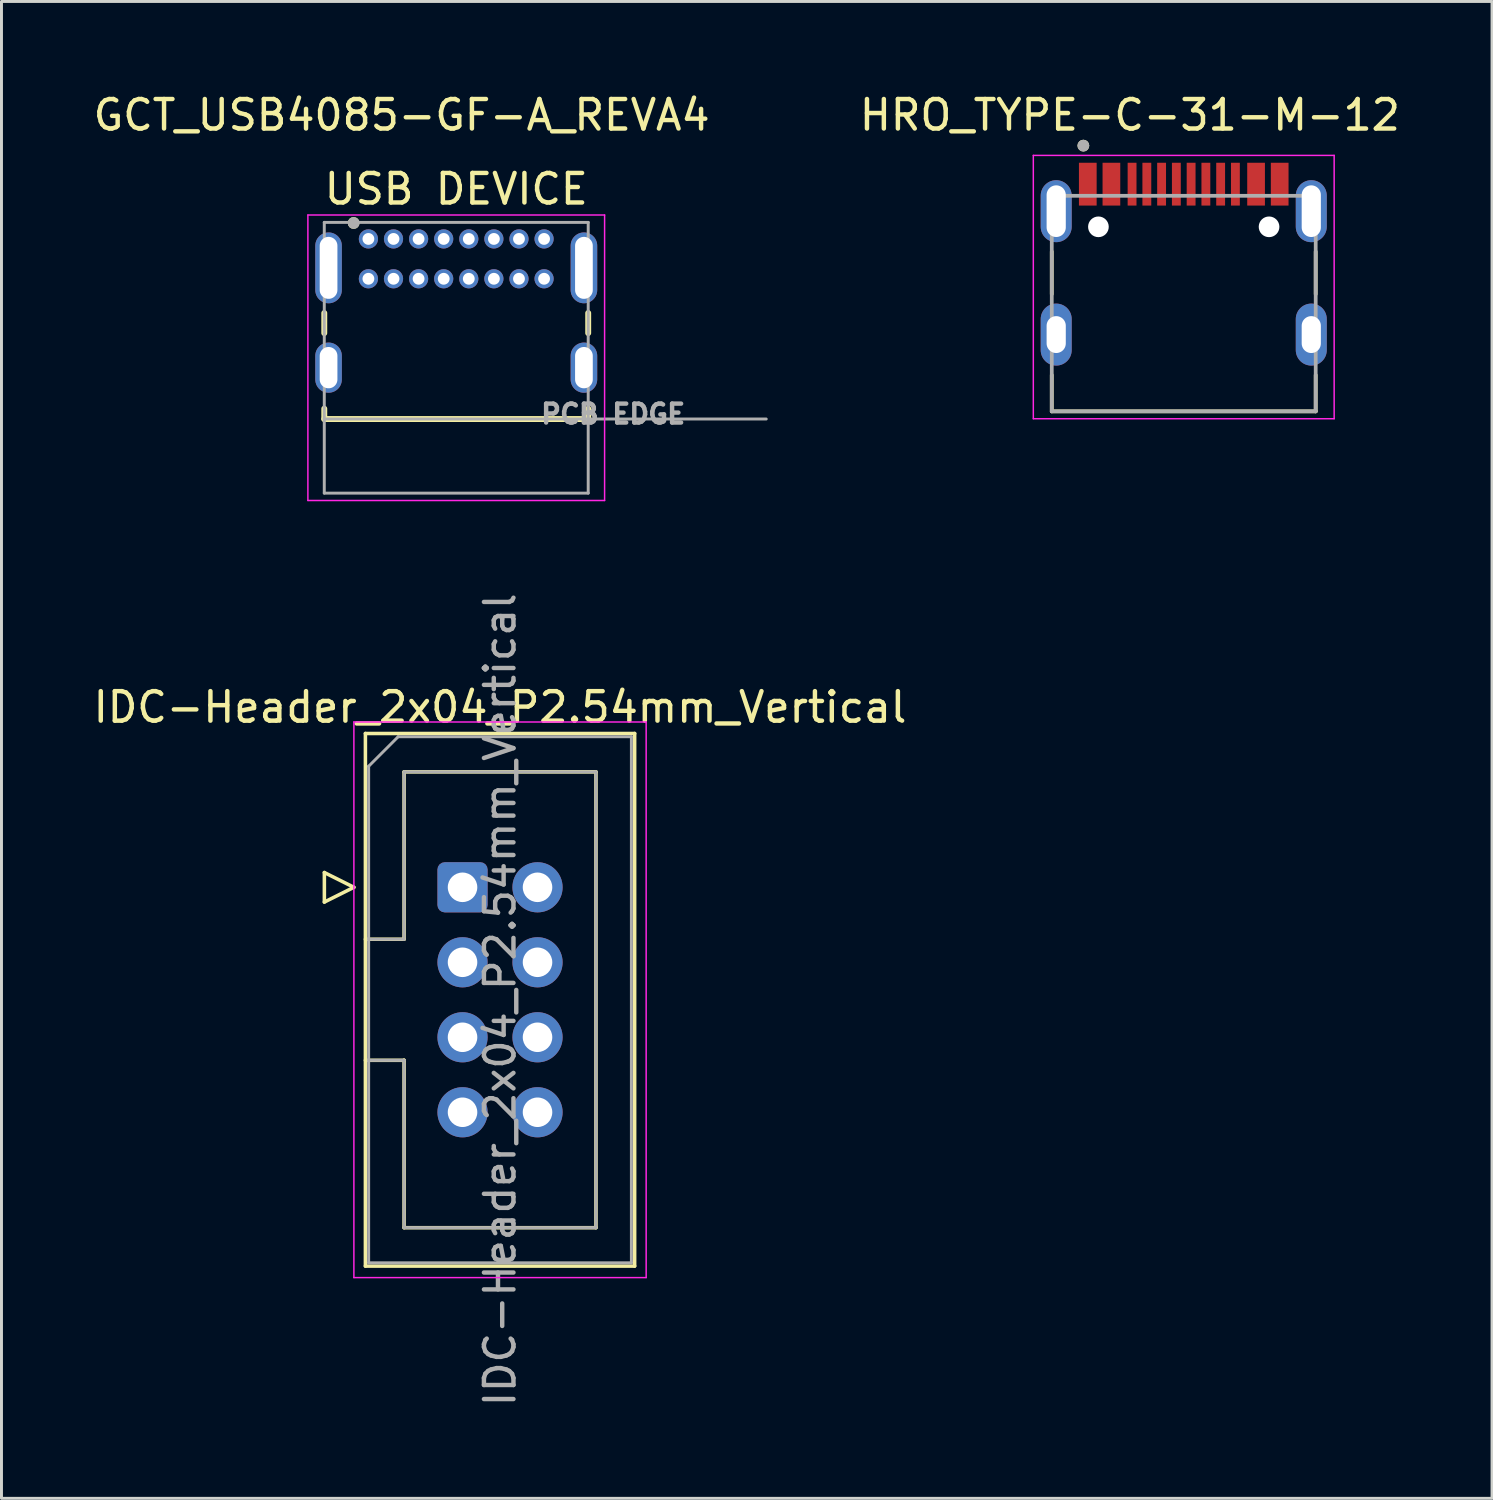
<source format=kicad_pcb>
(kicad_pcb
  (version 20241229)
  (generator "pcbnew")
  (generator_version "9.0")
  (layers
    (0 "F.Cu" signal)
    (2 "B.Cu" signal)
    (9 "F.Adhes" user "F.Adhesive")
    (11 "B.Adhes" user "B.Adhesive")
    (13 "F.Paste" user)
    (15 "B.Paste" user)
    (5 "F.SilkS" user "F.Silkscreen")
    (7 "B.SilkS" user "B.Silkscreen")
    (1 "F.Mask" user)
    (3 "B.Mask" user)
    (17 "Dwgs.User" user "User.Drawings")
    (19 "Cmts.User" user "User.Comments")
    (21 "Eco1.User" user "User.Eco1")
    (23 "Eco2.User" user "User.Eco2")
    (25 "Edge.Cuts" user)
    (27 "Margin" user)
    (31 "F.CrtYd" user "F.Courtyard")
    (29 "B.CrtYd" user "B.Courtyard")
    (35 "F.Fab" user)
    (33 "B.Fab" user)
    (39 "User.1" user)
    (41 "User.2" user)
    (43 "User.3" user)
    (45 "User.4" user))
  (footprint "HRO_TYPE-C-31-M-12"
    (layer "F.Cu")
    (at 37.046 8.283)
    (property "Reference" "HRO_TYPE-C-31-M-12" (at -1.825 -7.435 0) (layer "F.SilkS") (effects (font (size 1 1) (thickness 0.15))))
    (attr through_hole)
    (fp_line (start -4.47 -2.81) (end -4.47 -1.37) (stroke (width 0.127) (type solid)) (layer "F.SilkS"))
    (fp_line (start -4.47 2.6) (end -4.47 1.37) (stroke (width 0.127) (type solid)) (layer "F.SilkS"))
    (fp_line (start 4.47 -2.81) (end 4.47 -1.37) (stroke (width 0.127) (type solid)) (layer "F.SilkS"))
    (fp_line (start 4.47 1.37) (end 4.47 2.6) (stroke (width 0.127) (type solid)) (layer "F.SilkS"))
    (fp_line (start 4.47 2.6) (end -4.47 2.6) (stroke (width 0.127) (type solid)) (layer "F.SilkS"))
    (fp_circle (center -3.4 -6.4) (end -3.3 -6.4) (stroke (width 0.2) (type solid)) (fill no) (layer "F.SilkS"))
    (fp_line (start -5.095 -6.07) (end -5.095 2.85) (stroke (width 0.05) (type solid)) (layer "F.CrtYd"))
    (fp_line (start -5.095 2.85) (end 5.095 2.85) (stroke (width 0.05) (type solid)) (layer "F.CrtYd"))
    (fp_line (start 5.095 -6.07) (end -5.095 -6.07) (stroke (width 0.05) (type solid)) (layer "F.CrtYd"))
    (fp_line (start 5.095 2.85) (end 5.095 -6.07) (stroke (width 0.05) (type solid)) (layer "F.CrtYd"))
    (fp_line (start -4.47 -4.7) (end -4.47 2.6) (stroke (width 0.127) (type solid)) (layer "F.Fab"))
    (fp_line (start -4.47 2.6) (end 4.47 2.6) (stroke (width 0.127) (type solid)) (layer "F.Fab"))
    (fp_line (start 4.47 -4.7) (end -4.47 -4.7) (stroke (width 0.127) (type solid)) (layer "F.Fab"))
    (fp_line (start 4.47 2.6) (end 4.47 -4.7) (stroke (width 0.127) (type solid)) (layer "F.Fab"))
    (fp_circle (center -3.4 -6.4) (end -3.3 -6.4) (stroke (width 0.2) (type solid)) (fill no) (layer "F.Fab"))
    (pad "" np_thru_hole circle (at -2.89 -3.65) (size 0.7 0.7) (drill 0.7) (layers "*.Cu" "*.Mask"))
    (pad "" np_thru_hole circle (at 2.89 -3.65) (size 0.7 0.7) (drill 0.7) (layers "*.Cu" "*.Mask"))
    (pad "A1B12" smd rect (at -3.25 -5.095) (size 0.6 1.45) (layers "F.Cu" "F.Mask" "F.Paste"))
    (pad "A4B9" smd rect (at -2.45 -5.095) (size 0.6 1.45) (layers "F.Cu" "F.Mask" "F.Paste"))
    (pad "A5" smd rect (at -1.25 -5.095) (size 0.3 1.45) (layers "F.Cu" "F.Mask" "F.Paste"))
    (pad "A6" smd rect (at -0.25 -5.095) (size 0.3 1.45) (layers "F.Cu" "F.Mask" "F.Paste"))
    (pad "A7" smd rect (at 0.25 -5.095) (size 0.3 1.45) (layers "F.Cu" "F.Mask" "F.Paste"))
    (pad "A8" smd rect (at 1.25 -5.095) (size 0.3 1.45) (layers "F.Cu" "F.Mask" "F.Paste"))
    (pad "B1A12" smd rect (at 3.25 -5.095) (size 0.6 1.45) (layers "F.Cu" "F.Mask" "F.Paste"))
    (pad "B4A9" smd rect (at 2.45 -5.095) (size 0.6 1.45) (layers "F.Cu" "F.Mask" "F.Paste"))
    (pad "B5" smd rect (at 1.75 -5.095) (size 0.3 1.45) (layers "F.Cu" "F.Mask" "F.Paste"))
    (pad "B6" smd rect (at 0.75 -5.095) (size 0.3 1.45) (layers "F.Cu" "F.Mask" "F.Paste"))
    (pad "B7" smd rect (at -0.75 -5.095) (size 0.3 1.45) (layers "F.Cu" "F.Mask" "F.Paste"))
    (pad "B8" smd rect (at -1.75 -5.095) (size 0.3 1.45) (layers "F.Cu" "F.Mask" "F.Paste"))
    (pad "S1" thru_hole oval (at -4.32 -4.18) (size 1.05 2.1) (drill oval 0.65 1.75) (layers "*.Cu" "*.Mask"))
    (pad "S2" thru_hole oval (at 4.32 -4.18) (size 1.05 2.1) (drill oval 0.65 1.75) (layers "*.Cu" "*.Mask"))
    (pad "S3" thru_hole oval (at -4.32 0) (size 1.05 2.1) (drill oval 0.65 1.25) (layers "*.Cu" "*.Mask"))
    (pad "S4" thru_hole oval (at 4.32 0) (size 1.05 2.1) (drill oval 0.65 1.25) (layers "*.Cu" "*.Mask")))
  (footprint "GCT_USB4085-GF-A_REVA4"
    (layer "F.Cu")
    (at 12.404 9.403)
    (property "Reference" "GCT_USB4085-GF-A_REVA4" (at -1.85 -8.555 0) (layer "F.SilkS") (effects (font (size 1 1) (thickness 0.15))))
    (property "Label" "USB DEVICE" (at 0 0 0) (layer "F.Fab") (hide yes) (effects (font (size 1.27 1.27) (thickness 0.15))))
    (attr through_hole)
    (fp_line (start -4.47 -1.85) (end -4.47 -1.17) (stroke (width 0.2) (type solid)) (layer "F.SilkS"))
    (fp_line (start -4.47 1.39) (end -4.47 1.74) (stroke (width 0.2) (type solid)) (layer "F.SilkS"))
    (fp_line (start -4.47 1.74) (end 4.47 1.74) (stroke (width 0.2) (type solid)) (layer "F.SilkS"))
    (fp_line (start 4.47 -1.85) (end 4.47 -1.17) (stroke (width 0.2) (type solid)) (layer "F.SilkS"))
    (fp_line (start 4.47 1.74) (end 4.47 1.39) (stroke (width 0.2) (type solid)) (layer "F.SilkS"))
    (fp_circle (center -3.475 -4.9) (end -3.375 -4.9) (stroke (width 0.2) (type solid)) (fill no) (layer "F.SilkS"))
    (fp_line (start -5.025 -5.17) (end 5.025 -5.17) (stroke (width 0.05) (type solid)) (layer "F.CrtYd"))
    (fp_line (start -5.025 4.5) (end -5.025 -5.17) (stroke (width 0.05) (type solid)) (layer "F.CrtYd"))
    (fp_line (start 5.025 -5.17) (end 5.025 4.5) (stroke (width 0.05) (type solid)) (layer "F.CrtYd"))
    (fp_line (start 5.025 4.5) (end -5.025 4.5) (stroke (width 0.05) (type solid)) (layer "F.CrtYd"))
    (fp_line (start -4.47 -4.92) (end 4.47 -4.92) (stroke (width 0.1) (type solid)) (layer "F.Fab"))
    (fp_line (start -4.47 1.74) (end -4.47 -4.92) (stroke (width 0.1) (type solid)) (layer "F.Fab"))
    (fp_line (start -4.47 1.74) (end 10.5 1.74) (stroke (width 0.1) (type solid)) (layer "F.Fab"))
    (fp_line (start -4.47 4.25) (end -4.47 1.74) (stroke (width 0.1) (type solid)) (layer "F.Fab"))
    (fp_line (start 4.47 -4.92) (end 4.47 4.25) (stroke (width 0.1) (type solid)) (layer "F.Fab"))
    (fp_line (start 4.47 4.25) (end -4.47 4.25) (stroke (width 0.1) (type solid)) (layer "F.Fab"))
    (fp_circle (center -3.475 -4.9) (end -3.375 -4.9) (stroke (width 0.2) (type solid)) (fill no) (layer "F.Fab"))
    (fp_text user "${Label}" (at 0 -6.05 0) (layer "F.SilkS") (effects (font (size 1 1) (thickness 0.15))))
    (fp_text user "PCB EDGE" (at 5.315 1.57 0) (layer "F.Fab") (effects (font (size 0.64 0.64) (thickness 0.15))))
    (pad "A1" thru_hole circle (at -2.975 -4.36) (size 0.65 0.65) (drill 0.4) (layers "*.Cu" "*.Mask"))
    (pad "A4" thru_hole circle (at -2.125 -4.36) (size 0.65 0.65) (drill 0.4) (layers "*.Cu" "*.Mask"))
    (pad "A5" thru_hole circle (at -1.275 -4.36) (size 0.65 0.65) (drill 0.4) (layers "*.Cu" "*.Mask"))
    (pad "A6" thru_hole circle (at -0.425 -4.36) (size 0.65 0.65) (drill 0.4) (layers "*.Cu" "*.Mask"))
    (pad "A7" thru_hole circle (at 0.425 -4.36) (size 0.65 0.65) (drill 0.4) (layers "*.Cu" "*.Mask"))
    (pad "A8" thru_hole circle (at 1.275 -4.36) (size 0.65 0.65) (drill 0.4) (layers "*.Cu" "*.Mask"))
    (pad "A9" thru_hole circle (at 2.125 -4.36) (size 0.65 0.65) (drill 0.4) (layers "*.Cu" "*.Mask"))
    (pad "A12" thru_hole circle (at 2.975 -4.36) (size 0.65 0.65) (drill 0.4) (layers "*.Cu" "*.Mask"))
    (pad "B1" thru_hole circle (at 2.975 -3.01) (size 0.65 0.65) (drill 0.4) (layers "*.Cu" "*.Mask"))
    (pad "B4" thru_hole circle (at 2.125 -3.01) (size 0.65 0.65) (drill 0.4) (layers "*.Cu" "*.Mask"))
    (pad "B5" thru_hole circle (at 1.275 -3.01) (size 0.65 0.65) (drill 0.4) (layers "*.Cu" "*.Mask"))
    (pad "B6" thru_hole circle (at 0.425 -3.01) (size 0.65 0.65) (drill 0.4) (layers "*.Cu" "*.Mask"))
    (pad "B7" thru_hole circle (at -0.425 -3.01) (size 0.65 0.65) (drill 0.4) (layers "*.Cu" "*.Mask"))
    (pad "B8" thru_hole circle (at -1.275 -3.01) (size 0.65 0.65) (drill 0.4) (layers "*.Cu" "*.Mask"))
    (pad "B9" thru_hole circle (at -2.125 -3.01) (size 0.65 0.65) (drill 0.4) (layers "*.Cu" "*.Mask"))
    (pad "B12" thru_hole circle (at -2.975 -3.01) (size 0.65 0.65) (drill 0.4) (layers "*.Cu" "*.Mask"))
    (pad "S1" thru_hole oval (at -4.325 0) (size 0.9 1.7) (drill oval 0.6 1.4) (layers "*.Cu" "*.Mask"))
    (pad "S2" thru_hole oval (at 4.325 0) (size 0.9 1.7) (drill oval 0.6 1.4) (layers "*.Cu" "*.Mask"))
    (pad "S3" thru_hole oval (at -4.325 -3.38) (size 0.9 2.4) (drill oval 0.6 2.1) (layers "*.Cu" "*.Mask"))
    (pad "S4" thru_hole oval (at 4.325 -3.38) (size 0.9 2.4) (drill oval 0.6 2.1) (layers "*.Cu" "*.Mask")))
  (footprint "IDC-Header_2x04_P2.54mm_Vertical"
    (layer "F.Cu")
    (at 12.617 27.005)
    (property "Reference" "IDC-Header_2x04_P2.54mm_Vertical" (at 1.27 -6.1 180) (layer "F.SilkS") (effects (font (size 1 1) (thickness 0.15))))
    (attr through_hole)
    (fp_line (start -4.68 -0.5) (end -4.68 0.5) (stroke (width 0.12) (type solid)) (layer "F.SilkS"))
    (fp_line (start -4.68 0.5) (end -3.68 0) (stroke (width 0.12) (type solid)) (layer "F.SilkS"))
    (fp_line (start -3.68 0) (end -4.68 -0.5) (stroke (width 0.12) (type solid)) (layer "F.SilkS"))
    (fp_line (start -3.29 -5.21) (end 5.83 -5.21) (stroke (width 0.12) (type solid)) (layer "F.SilkS"))
    (fp_line (start -3.29 1.76) (end -1.98 1.76) (stroke (width 0.12) (type solid)) (layer "F.SilkS"))
    (fp_line (start -3.29 12.83) (end -3.29 -5.21) (stroke (width 0.12) (type solid)) (layer "F.SilkS"))
    (fp_line (start -1.98 -3.91) (end 4.52 -3.91) (stroke (width 0.12) (type solid)) (layer "F.SilkS"))
    (fp_line (start -1.98 1.76) (end -1.98 -3.91) (stroke (width 0.12) (type solid)) (layer "F.SilkS"))
    (fp_line (start -1.98 5.86) (end -3.29 5.86) (stroke (width 0.12) (type solid)) (layer "F.SilkS"))
    (fp_line (start -1.98 5.86) (end -1.98 5.86) (stroke (width 0.12) (type solid)) (layer "F.SilkS"))
    (fp_line (start -1.98 11.53) (end -1.98 5.86) (stroke (width 0.12) (type solid)) (layer "F.SilkS"))
    (fp_line (start 4.52 -3.91) (end 4.52 11.53) (stroke (width 0.12) (type solid)) (layer "F.SilkS"))
    (fp_line (start 4.52 11.53) (end -1.98 11.53) (stroke (width 0.12) (type solid)) (layer "F.SilkS"))
    (fp_line (start 5.83 -5.21) (end 5.83 12.83) (stroke (width 0.12) (type solid)) (layer "F.SilkS"))
    (fp_line (start 5.83 12.83) (end -3.29 12.83) (stroke (width 0.12) (type solid)) (layer "F.SilkS"))
    (fp_line (start -3.68 -5.6) (end -3.68 13.22) (stroke (width 0.05) (type solid)) (layer "F.CrtYd"))
    (fp_line (start -3.68 13.22) (end 6.22 13.22) (stroke (width 0.05) (type solid)) (layer "F.CrtYd"))
    (fp_line (start 6.22 -5.6) (end -3.68 -5.6) (stroke (width 0.05) (type solid)) (layer "F.CrtYd"))
    (fp_line (start 6.22 13.22) (end 6.22 -5.6) (stroke (width 0.05) (type solid)) (layer "F.CrtYd"))
    (fp_line (start -3.18 -4.1) (end -2.18 -5.1) (stroke (width 0.1) (type solid)) (layer "F.Fab"))
    (fp_line (start -3.18 1.76) (end -1.98 1.76) (stroke (width 0.1) (type solid)) (layer "F.Fab"))
    (fp_line (start -3.18 12.72) (end -3.18 -4.1) (stroke (width 0.1) (type solid)) (layer "F.Fab"))
    (fp_line (start -2.18 -5.1) (end 5.72 -5.1) (stroke (width 0.1) (type solid)) (layer "F.Fab"))
    (fp_line (start -1.98 -3.91) (end 4.52 -3.91) (stroke (width 0.1) (type solid)) (layer "F.Fab"))
    (fp_line (start -1.98 1.76) (end -1.98 -3.91) (stroke (width 0.1) (type solid)) (layer "F.Fab"))
    (fp_line (start -1.98 5.86) (end -3.18 5.86) (stroke (width 0.1) (type solid)) (layer "F.Fab"))
    (fp_line (start -1.98 5.86) (end -1.98 5.86) (stroke (width 0.1) (type solid)) (layer "F.Fab"))
    (fp_line (start -1.98 11.53) (end -1.98 5.86) (stroke (width 0.1) (type solid)) (layer "F.Fab"))
    (fp_line (start 4.52 -3.91) (end 4.52 11.53) (stroke (width 0.1) (type solid)) (layer "F.Fab"))
    (fp_line (start 4.52 11.53) (end -1.98 11.53) (stroke (width 0.1) (type solid)) (layer "F.Fab"))
    (fp_line (start 5.72 -5.1) (end 5.72 12.72) (stroke (width 0.1) (type solid)) (layer "F.Fab"))
    (fp_line (start 5.72 12.72) (end -3.18 12.72) (stroke (width 0.1) (type solid)) (layer "F.Fab"))
    (fp_text user "${REFERENCE}" (at 1.27 3.81 270) (layer "F.Fab") (effects (font (size 1 1) (thickness 0.15))))
    (pad "1" thru_hole roundrect (at 0 0 180) (size 1.7 1.7) (drill 1) (layers "*.Cu" "*.Mask") (roundrect_rratio 0.147))
    (pad "2" thru_hole circle (at 2.54 0 180) (size 1.7 1.7) (drill 1) (layers "*.Cu" "*.Mask"))
    (pad "3" thru_hole circle (at 0 2.54 180) (size 1.7 1.7) (drill 1) (layers "*.Cu" "*.Mask"))
    (pad "4" thru_hole circle (at 2.54 2.54 180) (size 1.7 1.7) (drill 1) (layers "*.Cu" "*.Mask"))
    (pad "5" thru_hole circle (at 0 5.08 180) (size 1.7 1.7) (drill 1) (layers "*.Cu" "*.Mask"))
    (pad "6" thru_hole circle (at 2.54 5.08 180) (size 1.7 1.7) (drill 1) (layers "*.Cu" "*.Mask"))
    (pad "7" thru_hole circle (at 0 7.62 180) (size 1.7 1.7) (drill 1) (layers "*.Cu" "*.Mask"))
    (pad "8" thru_hole circle (at 2.54 7.62 180) (size 1.7 1.7) (drill 1) (layers "*.Cu" "*.Mask")))
  (gr_rect
    (start -3 -3)
    (end 47.489 47.702)
    (stroke (width 0.1) (type default))
    (fill no)
    (layer "Edge.Cuts")))
</source>
